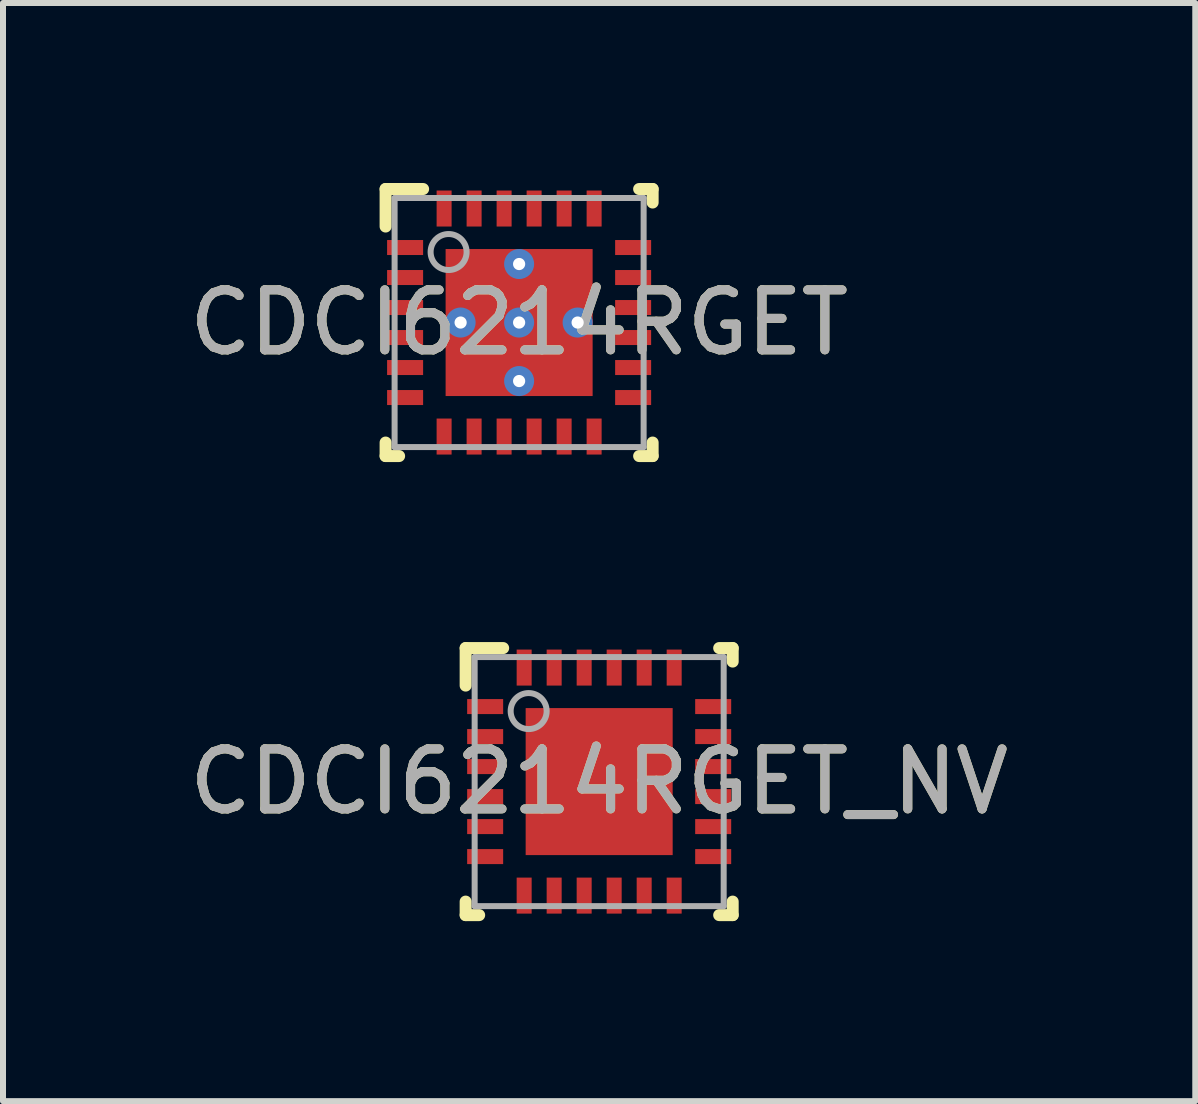
<source format=kicad_pcb>
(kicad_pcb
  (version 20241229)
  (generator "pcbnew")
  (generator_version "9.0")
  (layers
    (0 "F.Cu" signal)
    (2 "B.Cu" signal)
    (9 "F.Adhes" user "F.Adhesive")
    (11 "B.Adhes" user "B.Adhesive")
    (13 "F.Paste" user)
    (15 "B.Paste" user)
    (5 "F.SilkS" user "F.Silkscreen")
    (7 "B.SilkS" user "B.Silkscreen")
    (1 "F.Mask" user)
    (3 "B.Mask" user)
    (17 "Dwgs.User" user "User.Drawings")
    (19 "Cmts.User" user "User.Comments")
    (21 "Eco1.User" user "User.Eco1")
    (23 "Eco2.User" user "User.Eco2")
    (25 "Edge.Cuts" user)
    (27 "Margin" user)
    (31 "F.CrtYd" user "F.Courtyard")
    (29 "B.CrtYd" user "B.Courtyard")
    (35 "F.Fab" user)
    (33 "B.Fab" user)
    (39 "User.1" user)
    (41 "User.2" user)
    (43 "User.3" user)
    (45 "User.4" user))
  (footprint "CDCI6214RGET"
    (layer "F.Cu")
    (at 5.601 2.325)
    (property "Reference" "CDCI6214RGET" (at 0 0 0) (unlocked yes) (layer "F.SilkS") (effects (font (size 1 1) (thickness 0.15))))
    (attr smd)
    (fp_line (start -2.225 -2.225) (end -1.6 -2.225) (stroke (width 0.2) (type solid)) (layer "F.SilkS"))
    (fp_line (start -2.225 -1.6) (end -2.225 -2.225) (stroke (width 0.2) (type solid)) (layer "F.SilkS"))
    (fp_line (start -2.225 2.225) (end -2.225 2) (stroke (width 0.2) (type solid)) (layer "F.SilkS"))
    (fp_line (start -2.225 2.225) (end -2 2.225) (stroke (width 0.2) (type solid)) (layer "F.SilkS"))
    (fp_line (start 2 -2.225) (end 2.225 -2.225) (stroke (width 0.2) (type solid)) (layer "F.SilkS"))
    (fp_line (start 2 2.225) (end 2.225 2.225) (stroke (width 0.2) (type solid)) (layer "F.SilkS"))
    (fp_line (start 2.225 -2) (end 2.225 -2.225) (stroke (width 0.2) (type solid)) (layer "F.SilkS"))
    (fp_line (start 2.225 2.225) (end 2.225 2) (stroke (width 0.2) (type solid)) (layer "F.SilkS"))
    (fp_poly (pts (xy -0.1 -1.131) (xy -0.1 -0.149) (xy -0.101 -0.139) (xy -0.104 -0.13) (xy -0.108 -0.122) (xy -0.114 -0.114) (xy -0.122 -0.108) (xy -0.13 -0.104) (xy -0.139 -0.101) (xy -0.149 -0.1) (xy -1.131 -0.1) (xy -1.141 -0.101) (xy -1.15 -0.104) (xy -1.158 -0.108) (xy -1.166 -0.114) (xy -1.172 -0.122) (xy -1.176 -0.13) (xy -1.179 -0.139) (xy -1.18 -0.149) (xy -1.18 -1.131) (xy -1.179 -1.141) (xy -1.176 -1.15) (xy -1.172 -1.158) (xy -1.166 -1.166) (xy -1.158 -1.172) (xy -1.15 -1.176) (xy -1.141 -1.179) (xy -1.131 -1.18) (xy -0.149 -1.18) (xy -0.139 -1.179) (xy -0.13 -1.176) (xy -0.122 -1.172) (xy -0.114 -1.166) (xy -0.108 -1.158) (xy -0.104 -1.15) (xy -0.101 -1.141)) (stroke (width 0) (type solid)) (fill yes) (layer "F.Paste"))
    (fp_poly (pts (xy -0.1 0.149) (xy -0.1 1.131) (xy -0.101 1.141) (xy -0.104 1.15) (xy -0.108 1.158) (xy -0.114 1.166) (xy -0.122 1.172) (xy -0.13 1.176) (xy -0.139 1.179) (xy -0.149 1.18) (xy -1.131 1.18) (xy -1.141 1.179) (xy -1.15 1.176) (xy -1.158 1.172) (xy -1.166 1.166) (xy -1.172 1.158) (xy -1.176 1.15) (xy -1.179 1.141) (xy -1.18 1.131) (xy -1.18 0.149) (xy -1.179 0.139) (xy -1.176 0.13) (xy -1.172 0.122) (xy -1.166 0.114) (xy -1.158 0.108) (xy -1.15 0.104) (xy -1.141 0.101) (xy -1.131 0.1) (xy -0.149 0.1) (xy -0.139 0.101) (xy -0.13 0.104) (xy -0.122 0.108) (xy -0.114 0.114) (xy -0.108 0.122) (xy -0.104 0.13) (xy -0.101 0.139)) (stroke (width 0) (type solid)) (fill yes) (layer "F.Paste"))
    (fp_poly (pts (xy 0.1 -0.149) (xy 0.1 -1.131) (xy 0.101 -1.141) (xy 0.104 -1.15) (xy 0.108 -1.158) (xy 0.114 -1.166) (xy 0.122 -1.172) (xy 0.13 -1.176) (xy 0.139 -1.179) (xy 0.149 -1.18) (xy 1.131 -1.18) (xy 1.141 -1.179) (xy 1.15 -1.176) (xy 1.158 -1.172) (xy 1.166 -1.166) (xy 1.172 -1.158) (xy 1.176 -1.15) (xy 1.179 -1.141) (xy 1.18 -1.131) (xy 1.18 -0.149) (xy 1.179 -0.139) (xy 1.176 -0.13) (xy 1.172 -0.122) (xy 1.166 -0.114) (xy 1.158 -0.108) (xy 1.15 -0.104) (xy 1.141 -0.101) (xy 1.131 -0.1) (xy 0.149 -0.1) (xy 0.139 -0.101) (xy 0.13 -0.104) (xy 0.122 -0.108) (xy 0.114 -0.114) (xy 0.108 -0.122) (xy 0.104 -0.13) (xy 0.101 -0.139)) (stroke (width 0) (type solid)) (fill yes) (layer "F.Paste"))
    (fp_poly (pts (xy 0.1 1.131) (xy 0.1 0.149) (xy 0.101 0.139) (xy 0.104 0.13) (xy 0.108 0.122) (xy 0.114 0.114) (xy 0.122 0.108) (xy 0.13 0.104) (xy 0.139 0.101) (xy 0.149 0.1) (xy 1.131 0.1) (xy 1.141 0.101) (xy 1.15 0.104) (xy 1.158 0.108) (xy 1.166 0.114) (xy 1.172 0.122) (xy 1.176 0.13) (xy 1.179 0.139) (xy 1.18 0.149) (xy 1.18 1.131) (xy 1.179 1.141) (xy 1.176 1.15) (xy 1.172 1.158) (xy 1.166 1.166) (xy 1.158 1.172) (xy 1.15 1.176) (xy 1.141 1.179) (xy 1.131 1.18) (xy 0.149 1.18) (xy 0.139 1.179) (xy 0.13 1.176) (xy 0.122 1.172) (xy 0.114 1.166) (xy 0.108 1.158) (xy 0.104 1.15) (xy 0.101 1.141)) (stroke (width 0) (type solid)) (fill yes) (layer "F.Paste"))
    (fp_line (start -2.075 -2.075) (end 2.075 -2.075) (stroke (width 0.1) (type solid)) (layer "F.Fab"))
    (fp_line (start -2.075 2.075) (end -2.075 -2.075) (stroke (width 0.1) (type solid)) (layer "F.Fab"))
    (fp_line (start -2.075 2.075) (end 2.075 2.075) (stroke (width 0.1) (type solid)) (layer "F.Fab"))
    (fp_line (start 2.075 2.075) (end 2.075 -2.075) (stroke (width 0.1) (type solid)) (layer "F.Fab"))
    (fp_circle (center -1.175 -1.175) (end -0.875 -1.175) (stroke (width 0.1) (type solid)) (fill no) (layer "F.Fab"))
    (fp_text user "${REFERENCE}" (at 0 0 0) (unlocked yes) (layer "F.Fab") (effects (font (size 1 1) (thickness 0.15))))
    (pad "1" smd rect (at -1.9 -1.25 90) (size 0.25 0.6) (layers "F.Cu" "F.Mask" "F.Paste"))
    (pad "2" smd rect (at -1.9 -0.75 90) (size 0.25 0.6) (layers "F.Cu" "F.Mask" "F.Paste"))
    (pad "3" smd rect (at -1.9 -0.25 90) (size 0.25 0.6) (layers "F.Cu" "F.Mask" "F.Paste"))
    (pad "4" smd rect (at -1.9 0.25 90) (size 0.25 0.6) (layers "F.Cu" "F.Mask" "F.Paste"))
    (pad "5" smd rect (at -1.9 0.75 90) (size 0.25 0.6) (layers "F.Cu" "F.Mask" "F.Paste"))
    (pad "6" smd rect (at -1.9 1.25 90) (size 0.25 0.6) (layers "F.Cu" "F.Mask" "F.Paste"))
    (pad "7" smd rect (at -1.25 1.9) (size 0.25 0.6) (layers "F.Cu" "F.Mask" "F.Paste"))
    (pad "8" smd rect (at -0.75 1.9) (size 0.25 0.6) (layers "F.Cu" "F.Mask" "F.Paste"))
    (pad "9" smd rect (at -0.25 1.9) (size 0.25 0.6) (layers "F.Cu" "F.Mask" "F.Paste"))
    (pad "10" smd rect (at 0.25 1.9) (size 0.25 0.6) (layers "F.Cu" "F.Mask" "F.Paste"))
    (pad "11" smd rect (at 0.75 1.9) (size 0.25 0.6) (layers "F.Cu" "F.Mask" "F.Paste"))
    (pad "12" smd rect (at 1.25 1.9) (size 0.25 0.6) (layers "F.Cu" "F.Mask" "F.Paste"))
    (pad "13" smd rect (at 1.9 1.25 90) (size 0.25 0.6) (layers "F.Cu" "F.Mask" "F.Paste"))
    (pad "14" smd rect (at 1.9 0.75 90) (size 0.25 0.6) (layers "F.Cu" "F.Mask" "F.Paste"))
    (pad "15" smd rect (at 1.9 0.25 90) (size 0.25 0.6) (layers "F.Cu" "F.Mask" "F.Paste"))
    (pad "16" smd rect (at 1.9 -0.25 90) (size 0.25 0.6) (layers "F.Cu" "F.Mask" "F.Paste"))
    (pad "17" smd rect (at 1.9 -0.75 90) (size 0.25 0.6) (layers "F.Cu" "F.Mask" "F.Paste"))
    (pad "18" smd rect (at 1.9 -1.25 90) (size 0.25 0.6) (layers "F.Cu" "F.Mask" "F.Paste"))
    (pad "19" smd rect (at 1.25 -1.9) (size 0.25 0.6) (layers "F.Cu" "F.Mask" "F.Paste"))
    (pad "20" smd rect (at 0.75 -1.9) (size 0.25 0.6) (layers "F.Cu" "F.Mask" "F.Paste"))
    (pad "21" smd rect (at 0.25 -1.9) (size 0.25 0.6) (layers "F.Cu" "F.Mask" "F.Paste"))
    (pad "22" smd rect (at -0.25 -1.9) (size 0.25 0.6) (layers "F.Cu" "F.Mask" "F.Paste"))
    (pad "23" smd rect (at -0.75 -1.9) (size 0.25 0.6) (layers "F.Cu" "F.Mask" "F.Paste"))
    (pad "24" smd rect (at -1.25 -1.9) (size 0.25 0.6) (layers "F.Cu" "F.Mask" "F.Paste"))
    (pad "25" smd rect (at 0 0) (size 2.45 2.45) (layers "F.Cu" "F.Mask"))
    (pad "V" thru_hole circle (at -0.975 0) (size 0.5 0.5) (drill 0.203) (layers "*.Cu" "*.Mask"))
    (pad "V" thru_hole circle (at 0 -0.975) (size 0.5 0.5) (drill 0.203) (layers "*.Cu" "*.Mask"))
    (pad "V" thru_hole circle (at 0 0) (size 0.5 0.5) (drill 0.203) (layers "*.Cu" "*.Mask"))
    (pad "V" thru_hole circle (at 0 0.975) (size 0.5 0.5) (drill 0.203) (layers "*.Cu" "*.Mask"))
    (pad "V" thru_hole circle (at 0.975 0) (size 0.5 0.5) (drill 0.203) (layers "*.Cu" "*.Mask")))
  (footprint "CDCI6214RGET_NV"
    (layer "F.Cu")
    (at 6.935 9.975)
    (property "Reference" "CDCI6214RGET_NV" (at 0 0 0) (unlocked yes) (layer "F.SilkS") (effects (font (size 1 1) (thickness 0.15))))
    (attr smd)
    (fp_line (start -2.225 -2.225) (end -1.6 -2.225) (stroke (width 0.2) (type solid)) (layer "F.SilkS"))
    (fp_line (start -2.225 -1.6) (end -2.225 -2.225) (stroke (width 0.2) (type solid)) (layer "F.SilkS"))
    (fp_line (start -2.225 2.225) (end -2.225 2) (stroke (width 0.2) (type solid)) (layer "F.SilkS"))
    (fp_line (start -2.225 2.225) (end -2 2.225) (stroke (width 0.2) (type solid)) (layer "F.SilkS"))
    (fp_line (start 2 -2.225) (end 2.225 -2.225) (stroke (width 0.2) (type solid)) (layer "F.SilkS"))
    (fp_line (start 2 2.225) (end 2.225 2.225) (stroke (width 0.2) (type solid)) (layer "F.SilkS"))
    (fp_line (start 2.225 -2) (end 2.225 -2.225) (stroke (width 0.2) (type solid)) (layer "F.SilkS"))
    (fp_line (start 2.225 2.225) (end 2.225 2) (stroke (width 0.2) (type solid)) (layer "F.SilkS"))
    (fp_poly (pts (xy -0.1 -1.131) (xy -0.1 -0.149) (xy -0.101 -0.139) (xy -0.104 -0.13) (xy -0.108 -0.122) (xy -0.114 -0.114) (xy -0.122 -0.108) (xy -0.13 -0.104) (xy -0.139 -0.101) (xy -0.149 -0.1) (xy -1.131 -0.1) (xy -1.141 -0.101) (xy -1.15 -0.104) (xy -1.158 -0.108) (xy -1.166 -0.114) (xy -1.172 -0.122) (xy -1.176 -0.13) (xy -1.179 -0.139) (xy -1.18 -0.149) (xy -1.18 -1.131) (xy -1.179 -1.141) (xy -1.176 -1.15) (xy -1.172 -1.158) (xy -1.166 -1.166) (xy -1.158 -1.172) (xy -1.15 -1.176) (xy -1.141 -1.179) (xy -1.131 -1.18) (xy -0.149 -1.18) (xy -0.139 -1.179) (xy -0.13 -1.176) (xy -0.122 -1.172) (xy -0.114 -1.166) (xy -0.108 -1.158) (xy -0.104 -1.15) (xy -0.101 -1.141)) (stroke (width 0) (type solid)) (fill yes) (layer "F.Paste"))
    (fp_poly (pts (xy -0.1 0.149) (xy -0.1 1.131) (xy -0.101 1.141) (xy -0.104 1.15) (xy -0.108 1.158) (xy -0.114 1.166) (xy -0.122 1.172) (xy -0.13 1.176) (xy -0.139 1.179) (xy -0.149 1.18) (xy -1.131 1.18) (xy -1.141 1.179) (xy -1.15 1.176) (xy -1.158 1.172) (xy -1.166 1.166) (xy -1.172 1.158) (xy -1.176 1.15) (xy -1.179 1.141) (xy -1.18 1.131) (xy -1.18 0.149) (xy -1.179 0.139) (xy -1.176 0.13) (xy -1.172 0.122) (xy -1.166 0.114) (xy -1.158 0.108) (xy -1.15 0.104) (xy -1.141 0.101) (xy -1.131 0.1) (xy -0.149 0.1) (xy -0.139 0.101) (xy -0.13 0.104) (xy -0.122 0.108) (xy -0.114 0.114) (xy -0.108 0.122) (xy -0.104 0.13) (xy -0.101 0.139)) (stroke (width 0) (type solid)) (fill yes) (layer "F.Paste"))
    (fp_poly (pts (xy 0.1 -0.149) (xy 0.1 -1.131) (xy 0.101 -1.141) (xy 0.104 -1.15) (xy 0.108 -1.158) (xy 0.114 -1.166) (xy 0.122 -1.172) (xy 0.13 -1.176) (xy 0.139 -1.179) (xy 0.149 -1.18) (xy 1.131 -1.18) (xy 1.141 -1.179) (xy 1.15 -1.176) (xy 1.158 -1.172) (xy 1.166 -1.166) (xy 1.172 -1.158) (xy 1.176 -1.15) (xy 1.179 -1.141) (xy 1.18 -1.131) (xy 1.18 -0.149) (xy 1.179 -0.139) (xy 1.176 -0.13) (xy 1.172 -0.122) (xy 1.166 -0.114) (xy 1.158 -0.108) (xy 1.15 -0.104) (xy 1.141 -0.101) (xy 1.131 -0.1) (xy 0.149 -0.1) (xy 0.139 -0.101) (xy 0.13 -0.104) (xy 0.122 -0.108) (xy 0.114 -0.114) (xy 0.108 -0.122) (xy 0.104 -0.13) (xy 0.101 -0.139)) (stroke (width 0) (type solid)) (fill yes) (layer "F.Paste"))
    (fp_poly (pts (xy 0.1 1.131) (xy 0.1 0.149) (xy 0.101 0.139) (xy 0.104 0.13) (xy 0.108 0.122) (xy 0.114 0.114) (xy 0.122 0.108) (xy 0.13 0.104) (xy 0.139 0.101) (xy 0.149 0.1) (xy 1.131 0.1) (xy 1.141 0.101) (xy 1.15 0.104) (xy 1.158 0.108) (xy 1.166 0.114) (xy 1.172 0.122) (xy 1.176 0.13) (xy 1.179 0.139) (xy 1.18 0.149) (xy 1.18 1.131) (xy 1.179 1.141) (xy 1.176 1.15) (xy 1.172 1.158) (xy 1.166 1.166) (xy 1.158 1.172) (xy 1.15 1.176) (xy 1.141 1.179) (xy 1.131 1.18) (xy 0.149 1.18) (xy 0.139 1.179) (xy 0.13 1.176) (xy 0.122 1.172) (xy 0.114 1.166) (xy 0.108 1.158) (xy 0.104 1.15) (xy 0.101 1.141)) (stroke (width 0) (type solid)) (fill yes) (layer "F.Paste"))
    (fp_line (start -2.075 -2.075) (end 2.075 -2.075) (stroke (width 0.1) (type solid)) (layer "F.Fab"))
    (fp_line (start -2.075 2.075) (end -2.075 -2.075) (stroke (width 0.1) (type solid)) (layer "F.Fab"))
    (fp_line (start -2.075 2.075) (end 2.075 2.075) (stroke (width 0.1) (type solid)) (layer "F.Fab"))
    (fp_line (start 2.075 2.075) (end 2.075 -2.075) (stroke (width 0.1) (type solid)) (layer "F.Fab"))
    (fp_circle (center -1.175 -1.175) (end -0.875 -1.175) (stroke (width 0.1) (type solid)) (fill no) (layer "F.Fab"))
    (fp_text user "${REFERENCE}" (at 0 0 0) (unlocked yes) (layer "F.Fab") (effects (font (size 1 1) (thickness 0.15))))
    (pad "1" smd rect (at -1.9 -1.25 90) (size 0.25 0.6) (layers "F.Cu" "F.Mask" "F.Paste"))
    (pad "2" smd rect (at -1.9 -0.75 90) (size 0.25 0.6) (layers "F.Cu" "F.Mask" "F.Paste"))
    (pad "3" smd rect (at -1.9 -0.25 90) (size 0.25 0.6) (layers "F.Cu" "F.Mask" "F.Paste"))
    (pad "4" smd rect (at -1.9 0.25 90) (size 0.25 0.6) (layers "F.Cu" "F.Mask" "F.Paste"))
    (pad "5" smd rect (at -1.9 0.75 90) (size 0.25 0.6) (layers "F.Cu" "F.Mask" "F.Paste"))
    (pad "6" smd rect (at -1.9 1.25 90) (size 0.25 0.6) (layers "F.Cu" "F.Mask" "F.Paste"))
    (pad "7" smd rect (at -1.25 1.9) (size 0.25 0.6) (layers "F.Cu" "F.Mask" "F.Paste"))
    (pad "8" smd rect (at -0.75 1.9) (size 0.25 0.6) (layers "F.Cu" "F.Mask" "F.Paste"))
    (pad "9" smd rect (at -0.25 1.9) (size 0.25 0.6) (layers "F.Cu" "F.Mask" "F.Paste"))
    (pad "10" smd rect (at 0.25 1.9) (size 0.25 0.6) (layers "F.Cu" "F.Mask" "F.Paste"))
    (pad "11" smd rect (at 0.75 1.9) (size 0.25 0.6) (layers "F.Cu" "F.Mask" "F.Paste"))
    (pad "12" smd rect (at 1.25 1.9) (size 0.25 0.6) (layers "F.Cu" "F.Mask" "F.Paste"))
    (pad "13" smd rect (at 1.9 1.25 90) (size 0.25 0.6) (layers "F.Cu" "F.Mask" "F.Paste"))
    (pad "14" smd rect (at 1.9 0.75 90) (size 0.25 0.6) (layers "F.Cu" "F.Mask" "F.Paste"))
    (pad "15" smd rect (at 1.9 0.25 90) (size 0.25 0.6) (layers "F.Cu" "F.Mask" "F.Paste"))
    (pad "16" smd rect (at 1.9 -0.25 90) (size 0.25 0.6) (layers "F.Cu" "F.Mask" "F.Paste"))
    (pad "17" smd rect (at 1.9 -0.75 90) (size 0.25 0.6) (layers "F.Cu" "F.Mask" "F.Paste"))
    (pad "18" smd rect (at 1.9 -1.25 90) (size 0.25 0.6) (layers "F.Cu" "F.Mask" "F.Paste"))
    (pad "19" smd rect (at 1.25 -1.9) (size 0.25 0.6) (layers "F.Cu" "F.Mask" "F.Paste"))
    (pad "20" smd rect (at 0.75 -1.9) (size 0.25 0.6) (layers "F.Cu" "F.Mask" "F.Paste"))
    (pad "21" smd rect (at 0.25 -1.9) (size 0.25 0.6) (layers "F.Cu" "F.Mask" "F.Paste"))
    (pad "22" smd rect (at -0.25 -1.9) (size 0.25 0.6) (layers "F.Cu" "F.Mask" "F.Paste"))
    (pad "23" smd rect (at -0.75 -1.9) (size 0.25 0.6) (layers "F.Cu" "F.Mask" "F.Paste"))
    (pad "24" smd rect (at -1.25 -1.9) (size 0.25 0.6) (layers "F.Cu" "F.Mask" "F.Paste"))
    (pad "25" smd rect (at 0 0) (size 2.45 2.45) (layers "F.Cu" "F.Mask")))
  (gr_rect
    (start -3 -3)
    (end 16.869 15.3)
    (stroke (width 0.1) (type default))
    (fill no)
    (layer "Edge.Cuts")))
</source>
